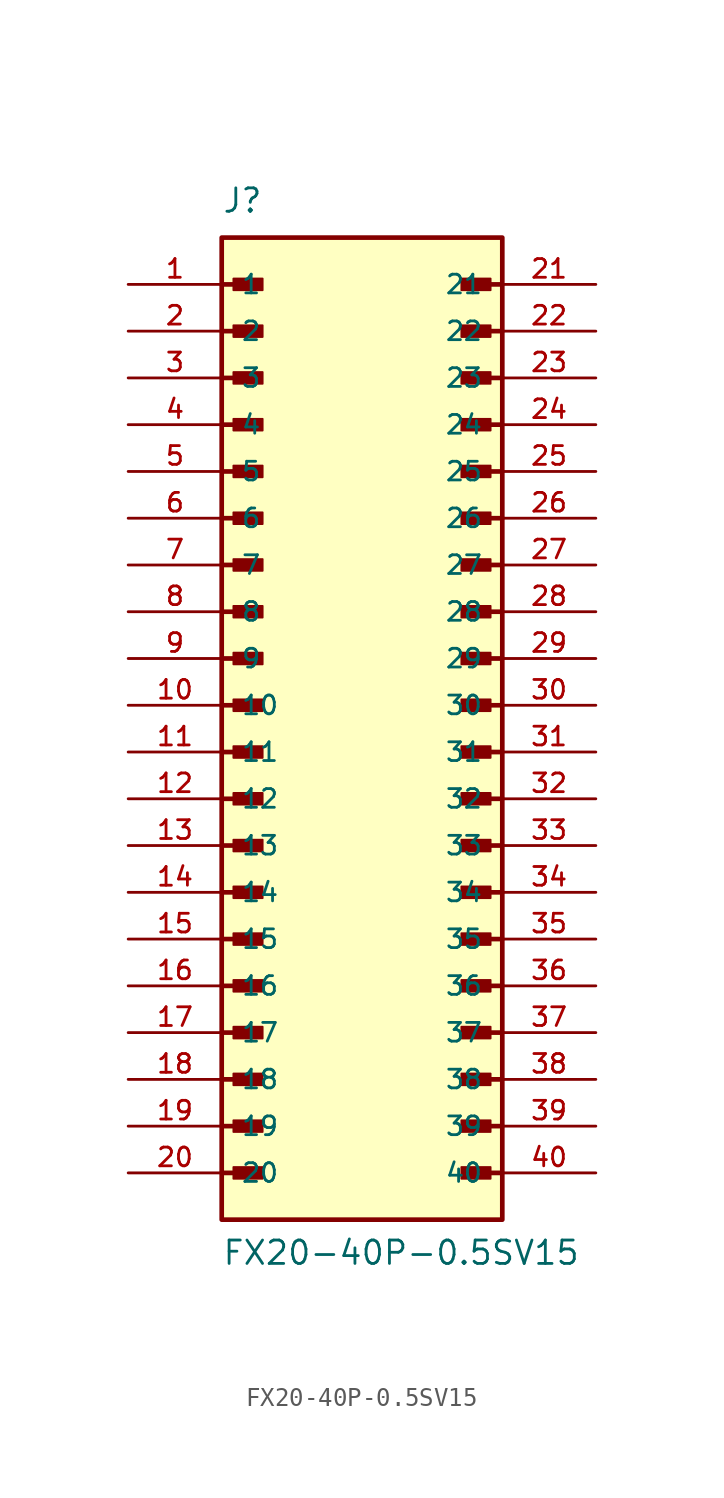
<source format=kicad_sym>
(kicad_symbol_lib
  (version 20211014)
  (generator kicad_symbol_editor)
  (symbol "FX20-40P-0.5SV15"
    (pin_names
      (offset 1.016))
    (property "Reference" "J"
      (at -7.62 26.67 0)
      (effects (font (size 1.27 1.27)) (justify bottom left)))
    (property "Value" "FX20-40P-0.5SV15"
      (at -7.62 -30.48 0)
      (effects (font (size 1.27 1.27)) (justify bottom left)))
    (symbol "FX20-40P-0.5SV15_0_0"
      (polyline (pts (xy -7.62 22.86) (xy -5.715 22.86)) (stroke (width 0.254)))
      (rectangle (start -6.985 22.543) (end -5.397 23.177) (stroke (width 0.1)) (fill (type outline)))
      (polyline (pts (xy -7.62 20.32) (xy -5.715 20.32)) (stroke (width 0.254)))
      (rectangle (start -6.985 20.003) (end -5.397 20.637) (stroke (width 0.1)) (fill (type outline)))
      (polyline (pts (xy -7.62 17.78) (xy -5.715 17.78)) (stroke (width 0.254)))
      (rectangle (start -6.985 17.462) (end -5.397 18.098) (stroke (width 0.1)) (fill (type outline)))
      (polyline (pts (xy -7.62 15.24) (xy -5.715 15.24)) (stroke (width 0.254)))
      (rectangle (start -6.985 14.922) (end -5.397 15.557) (stroke (width 0.1)) (fill (type outline)))
      (polyline (pts (xy -7.62 12.7) (xy -5.715 12.7)) (stroke (width 0.254)))
      (rectangle (start -6.985 12.383) (end -5.397 13.018) (stroke (width 0.1)) (fill (type outline)))
      (polyline (pts (xy -7.62 10.16) (xy -5.715 10.16)) (stroke (width 0.254)))
      (rectangle (start -6.985 9.842) (end -5.397 10.477) (stroke (width 0.1)) (fill (type outline)))
      (polyline (pts (xy -7.62 7.62) (xy -5.715 7.62)) (stroke (width 0.254)))
      (rectangle (start -6.985 7.303) (end -5.397 7.938) (stroke (width 0.1)) (fill (type outline)))
      (polyline (pts (xy -7.62 5.08) (xy -5.715 5.08)) (stroke (width 0.254)))
      (rectangle (start -6.985 4.763) (end -5.397 5.397) (stroke (width 0.1)) (fill (type outline)))
      (polyline (pts (xy -7.62 2.54) (xy -5.715 2.54)) (stroke (width 0.254)))
      (rectangle (start -6.985 2.223) (end -5.397 2.857) (stroke (width 0.1)) (fill (type outline)))
      (polyline (pts (xy -7.62 0.0) (xy -5.715 0.0)) (stroke (width 0.254)))
      (rectangle (start -6.985 -0.318) (end -5.397 0.318) (stroke (width 0.1)) (fill (type outline)))
      (polyline (pts (xy -7.62 -2.54) (xy -5.715 -2.54)) (stroke (width 0.254)))
      (rectangle (start -6.985 -2.857) (end -5.397 -2.223) (stroke (width 0.1)) (fill (type outline)))
      (polyline (pts (xy -7.62 -5.08) (xy -5.715 -5.08)) (stroke (width 0.254)))
      (rectangle (start -6.985 -5.397) (end -5.397 -4.763) (stroke (width 0.1)) (fill (type outline)))
      (polyline (pts (xy -7.62 -7.62) (xy -5.715 -7.62)) (stroke (width 0.254)))
      (rectangle (start -6.985 -7.938) (end -5.397 -7.303) (stroke (width 0.1)) (fill (type outline)))
      (polyline (pts (xy -7.62 -10.16) (xy -5.715 -10.16)) (stroke (width 0.254)))
      (rectangle (start -6.985 -10.477) (end -5.397 -9.842) (stroke (width 0.1)) (fill (type outline)))
      (polyline (pts (xy -7.62 -12.7) (xy -5.715 -12.7)) (stroke (width 0.254)))
      (rectangle (start -6.985 -13.018) (end -5.397 -12.383) (stroke (width 0.1)) (fill (type outline)))
      (polyline (pts (xy -7.62 -15.24) (xy -5.715 -15.24)) (stroke (width 0.254)))
      (rectangle (start -6.985 -15.557) (end -5.397 -14.922) (stroke (width 0.1)) (fill (type outline)))
      (polyline (pts (xy -7.62 -17.78) (xy -5.715 -17.78)) (stroke (width 0.254)))
      (rectangle (start -6.985 -18.098) (end -5.397 -17.462) (stroke (width 0.1)) (fill (type outline)))
      (polyline (pts (xy -7.62 -20.32) (xy -5.715 -20.32)) (stroke (width 0.254)))
      (rectangle (start -6.985 -20.637) (end -5.397 -20.003) (stroke (width 0.1)) (fill (type outline)))
      (polyline (pts (xy -7.62 -22.86) (xy -5.715 -22.86)) (stroke (width 0.254)))
      (rectangle (start -6.985 -23.177) (end -5.397 -22.543) (stroke (width 0.1)) (fill (type outline)))
      (polyline (pts (xy -7.62 -25.4) (xy -5.715 -25.4)) (stroke (width 0.254)))
      (rectangle (start -6.985 -25.718) (end -5.397 -25.082) (stroke (width 0.1)) (fill (type outline)))
      (polyline (pts (xy 7.62 22.86) (xy 5.715 22.86)) (stroke (width 0.254)))
      (rectangle (start 5.397 22.543) (end 6.985 23.177) (stroke (width 0.1)) (fill (type outline)))
      (polyline (pts (xy 7.62 20.32) (xy 5.715 20.32)) (stroke (width 0.254)))
      (rectangle (start 5.397 20.003) (end 6.985 20.637) (stroke (width 0.1)) (fill (type outline)))
      (polyline (pts (xy 7.62 17.78) (xy 5.715 17.78)) (stroke (width 0.254)))
      (rectangle (start 5.397 17.462) (end 6.985 18.098) (stroke (width 0.1)) (fill (type outline)))
      (polyline (pts (xy 7.62 15.24) (xy 5.715 15.24)) (stroke (width 0.254)))
      (rectangle (start 5.397 14.922) (end 6.985 15.557) (stroke (width 0.1)) (fill (type outline)))
      (polyline (pts (xy 7.62 12.7) (xy 5.715 12.7)) (stroke (width 0.254)))
      (rectangle (start 5.397 12.383) (end 6.985 13.018) (stroke (width 0.1)) (fill (type outline)))
      (polyline (pts (xy 7.62 10.16) (xy 5.715 10.16)) (stroke (width 0.254)))
      (rectangle (start 5.397 9.842) (end 6.985 10.477) (stroke (width 0.1)) (fill (type outline)))
      (polyline (pts (xy 7.62 7.62) (xy 5.715 7.62)) (stroke (width 0.254)))
      (rectangle (start 5.397 7.303) (end 6.985 7.938) (stroke (width 0.1)) (fill (type outline)))
      (polyline (pts (xy 7.62 5.08) (xy 5.715 5.08)) (stroke (width 0.254)))
      (rectangle (start 5.397 4.763) (end 6.985 5.397) (stroke (width 0.1)) (fill (type outline)))
      (polyline (pts (xy 7.62 2.54) (xy 5.715 2.54)) (stroke (width 0.254)))
      (rectangle (start 5.397 2.223) (end 6.985 2.857) (stroke (width 0.1)) (fill (type outline)))
      (polyline (pts (xy 7.62 0.0) (xy 5.715 0.0)) (stroke (width 0.254)))
      (rectangle (start 5.397 -0.318) (end 6.985 0.318) (stroke (width 0.1)) (fill (type outline)))
      (polyline (pts (xy 7.62 -2.54) (xy 5.715 -2.54)) (stroke (width 0.254)))
      (rectangle (start 5.397 -2.857) (end 6.985 -2.223) (stroke (width 0.1)) (fill (type outline)))
      (polyline (pts (xy 7.62 -5.08) (xy 5.715 -5.08)) (stroke (width 0.254)))
      (rectangle (start 5.397 -5.397) (end 6.985 -4.763) (stroke (width 0.1)) (fill (type outline)))
      (polyline (pts (xy 7.62 -7.62) (xy 5.715 -7.62)) (stroke (width 0.254)))
      (rectangle (start 5.397 -7.938) (end 6.985 -7.303) (stroke (width 0.1)) (fill (type outline)))
      (polyline (pts (xy 7.62 -10.16) (xy 5.715 -10.16)) (stroke (width 0.254)))
      (rectangle (start 5.397 -10.477) (end 6.985 -9.842) (stroke (width 0.1)) (fill (type outline)))
      (polyline (pts (xy 7.62 -12.7) (xy 5.715 -12.7)) (stroke (width 0.254)))
      (rectangle (start 5.397 -13.018) (end 6.985 -12.383) (stroke (width 0.1)) (fill (type outline)))
      (polyline (pts (xy 7.62 -15.24) (xy 5.715 -15.24)) (stroke (width 0.254)))
      (rectangle (start 5.397 -15.557) (end 6.985 -14.922) (stroke (width 0.1)) (fill (type outline)))
      (polyline (pts (xy 7.62 -17.78) (xy 5.715 -17.78)) (stroke (width 0.254)))
      (rectangle (start 5.397 -18.098) (end 6.985 -17.462) (stroke (width 0.1)) (fill (type outline)))
      (polyline (pts (xy 7.62 -20.32) (xy 5.715 -20.32)) (stroke (width 0.254)))
      (rectangle (start 5.397 -20.637) (end 6.985 -20.003) (stroke (width 0.1)) (fill (type outline)))
      (polyline (pts (xy 7.62 -22.86) (xy 5.715 -22.86)) (stroke (width 0.254)))
      (rectangle (start 5.397 -23.177) (end 6.985 -22.543) (stroke (width 0.1)) (fill (type outline)))
      (polyline (pts (xy 7.62 -25.4) (xy 5.715 -25.4)) (stroke (width 0.254)))
      (rectangle (start 5.397 -25.718) (end 6.985 -25.082) (stroke (width 0.1)) (fill (type outline)))
      (rectangle (start -7.62 -27.94) (end 7.62 25.4) (stroke (width 0.254)) (fill (type background)))
      (pin passive line (at -12.7 22.86 0) (length 5.08) (name "1" (effects (font (size 1.016 1.016)))) (number "1" (effects (font (size 1.016 1.016)))))
      (pin passive line (at -12.7 20.32 0) (length 5.08) (name "2" (effects (font (size 1.016 1.016)))) (number "2" (effects (font (size 1.016 1.016)))))
      (pin passive line (at -12.7 17.78 0) (length 5.08) (name "3" (effects (font (size 1.016 1.016)))) (number "3" (effects (font (size 1.016 1.016)))))
      (pin passive line (at -12.7 15.24 0) (length 5.08) (name "4" (effects (font (size 1.016 1.016)))) (number "4" (effects (font (size 1.016 1.016)))))
      (pin passive line (at -12.7 12.7 0) (length 5.08) (name "5" (effects (font (size 1.016 1.016)))) (number "5" (effects (font (size 1.016 1.016)))))
      (pin passive line (at -12.7 10.16 0) (length 5.08) (name "6" (effects (font (size 1.016 1.016)))) (number "6" (effects (font (size 1.016 1.016)))))
      (pin passive line (at -12.7 7.62 0) (length 5.08) (name "7" (effects (font (size 1.016 1.016)))) (number "7" (effects (font (size 1.016 1.016)))))
      (pin passive line (at -12.7 5.08 0) (length 5.08) (name "8" (effects (font (size 1.016 1.016)))) (number "8" (effects (font (size 1.016 1.016)))))
      (pin passive line (at -12.7 2.54 0) (length 5.08) (name "9" (effects (font (size 1.016 1.016)))) (number "9" (effects (font (size 1.016 1.016)))))
      (pin passive line (at -12.7 0.0 0) (length 5.08) (name "10" (effects (font (size 1.016 1.016)))) (number "10" (effects (font (size 1.016 1.016)))))
      (pin passive line (at -12.7 -2.54 0) (length 5.08) (name "11" (effects (font (size 1.016 1.016)))) (number "11" (effects (font (size 1.016 1.016)))))
      (pin passive line (at -12.7 -5.08 0) (length 5.08) (name "12" (effects (font (size 1.016 1.016)))) (number "12" (effects (font (size 1.016 1.016)))))
      (pin passive line (at -12.7 -7.62 0) (length 5.08) (name "13" (effects (font (size 1.016 1.016)))) (number "13" (effects (font (size 1.016 1.016)))))
      (pin passive line (at -12.7 -10.16 0) (length 5.08) (name "14" (effects (font (size 1.016 1.016)))) (number "14" (effects (font (size 1.016 1.016)))))
      (pin passive line (at -12.7 -12.7 0) (length 5.08) (name "15" (effects (font (size 1.016 1.016)))) (number "15" (effects (font (size 1.016 1.016)))))
      (pin passive line (at -12.7 -15.24 0) (length 5.08) (name "16" (effects (font (size 1.016 1.016)))) (number "16" (effects (font (size 1.016 1.016)))))
      (pin passive line (at -12.7 -17.78 0) (length 5.08) (name "17" (effects (font (size 1.016 1.016)))) (number "17" (effects (font (size 1.016 1.016)))))
      (pin passive line (at -12.7 -20.32 0) (length 5.08) (name "18" (effects (font (size 1.016 1.016)))) (number "18" (effects (font (size 1.016 1.016)))))
      (pin passive line (at -12.7 -22.86 0) (length 5.08) (name "19" (effects (font (size 1.016 1.016)))) (number "19" (effects (font (size 1.016 1.016)))))
      (pin passive line (at -12.7 -25.4 0) (length 5.08) (name "20" (effects (font (size 1.016 1.016)))) (number "20" (effects (font (size 1.016 1.016)))))
      (pin passive line (at 12.7 22.86 180.0) (length 5.08) (name "21" (effects (font (size 1.016 1.016)))) (number "21" (effects (font (size 1.016 1.016)))))
      (pin passive line (at 12.7 20.32 180.0) (length 5.08) (name "22" (effects (font (size 1.016 1.016)))) (number "22" (effects (font (size 1.016 1.016)))))
      (pin passive line (at 12.7 17.78 180.0) (length 5.08) (name "23" (effects (font (size 1.016 1.016)))) (number "23" (effects (font (size 1.016 1.016)))))
      (pin passive line (at 12.7 15.24 180.0) (length 5.08) (name "24" (effects (font (size 1.016 1.016)))) (number "24" (effects (font (size 1.016 1.016)))))
      (pin passive line (at 12.7 12.7 180.0) (length 5.08) (name "25" (effects (font (size 1.016 1.016)))) (number "25" (effects (font (size 1.016 1.016)))))
      (pin passive line (at 12.7 10.16 180.0) (length 5.08) (name "26" (effects (font (size 1.016 1.016)))) (number "26" (effects (font (size 1.016 1.016)))))
      (pin passive line (at 12.7 7.62 180.0) (length 5.08) (name "27" (effects (font (size 1.016 1.016)))) (number "27" (effects (font (size 1.016 1.016)))))
      (pin passive line (at 12.7 5.08 180.0) (length 5.08) (name "28" (effects (font (size 1.016 1.016)))) (number "28" (effects (font (size 1.016 1.016)))))
      (pin passive line (at 12.7 2.54 180.0) (length 5.08) (name "29" (effects (font (size 1.016 1.016)))) (number "29" (effects (font (size 1.016 1.016)))))
      (pin passive line (at 12.7 0.0 180.0) (length 5.08) (name "30" (effects (font (size 1.016 1.016)))) (number "30" (effects (font (size 1.016 1.016)))))
      (pin passive line (at 12.7 -2.54 180.0) (length 5.08) (name "31" (effects (font (size 1.016 1.016)))) (number "31" (effects (font (size 1.016 1.016)))))
      (pin passive line (at 12.7 -5.08 180.0) (length 5.08) (name "32" (effects (font (size 1.016 1.016)))) (number "32" (effects (font (size 1.016 1.016)))))
      (pin passive line (at 12.7 -7.62 180.0) (length 5.08) (name "33" (effects (font (size 1.016 1.016)))) (number "33" (effects (font (size 1.016 1.016)))))
      (pin passive line (at 12.7 -10.16 180.0) (length 5.08) (name "34" (effects (font (size 1.016 1.016)))) (number "34" (effects (font (size 1.016 1.016)))))
      (pin passive line (at 12.7 -12.7 180.0) (length 5.08) (name "35" (effects (font (size 1.016 1.016)))) (number "35" (effects (font (size 1.016 1.016)))))
      (pin passive line (at 12.7 -15.24 180.0) (length 5.08) (name "36" (effects (font (size 1.016 1.016)))) (number "36" (effects (font (size 1.016 1.016)))))
      (pin passive line (at 12.7 -17.78 180.0) (length 5.08) (name "37" (effects (font (size 1.016 1.016)))) (number "37" (effects (font (size 1.016 1.016)))))
      (pin passive line (at 12.7 -20.32 180.0) (length 5.08) (name "38" (effects (font (size 1.016 1.016)))) (number "38" (effects (font (size 1.016 1.016)))))
      (pin passive line (at 12.7 -22.86 180.0) (length 5.08) (name "39" (effects (font (size 1.016 1.016)))) (number "39" (effects (font (size 1.016 1.016)))))
      (pin passive line (at 12.7 -25.4 180.0) (length 5.08) (name "40" (effects (font (size 1.016 1.016)))) (number "40" (effects (font (size 1.016 1.016))))))))
</source>
